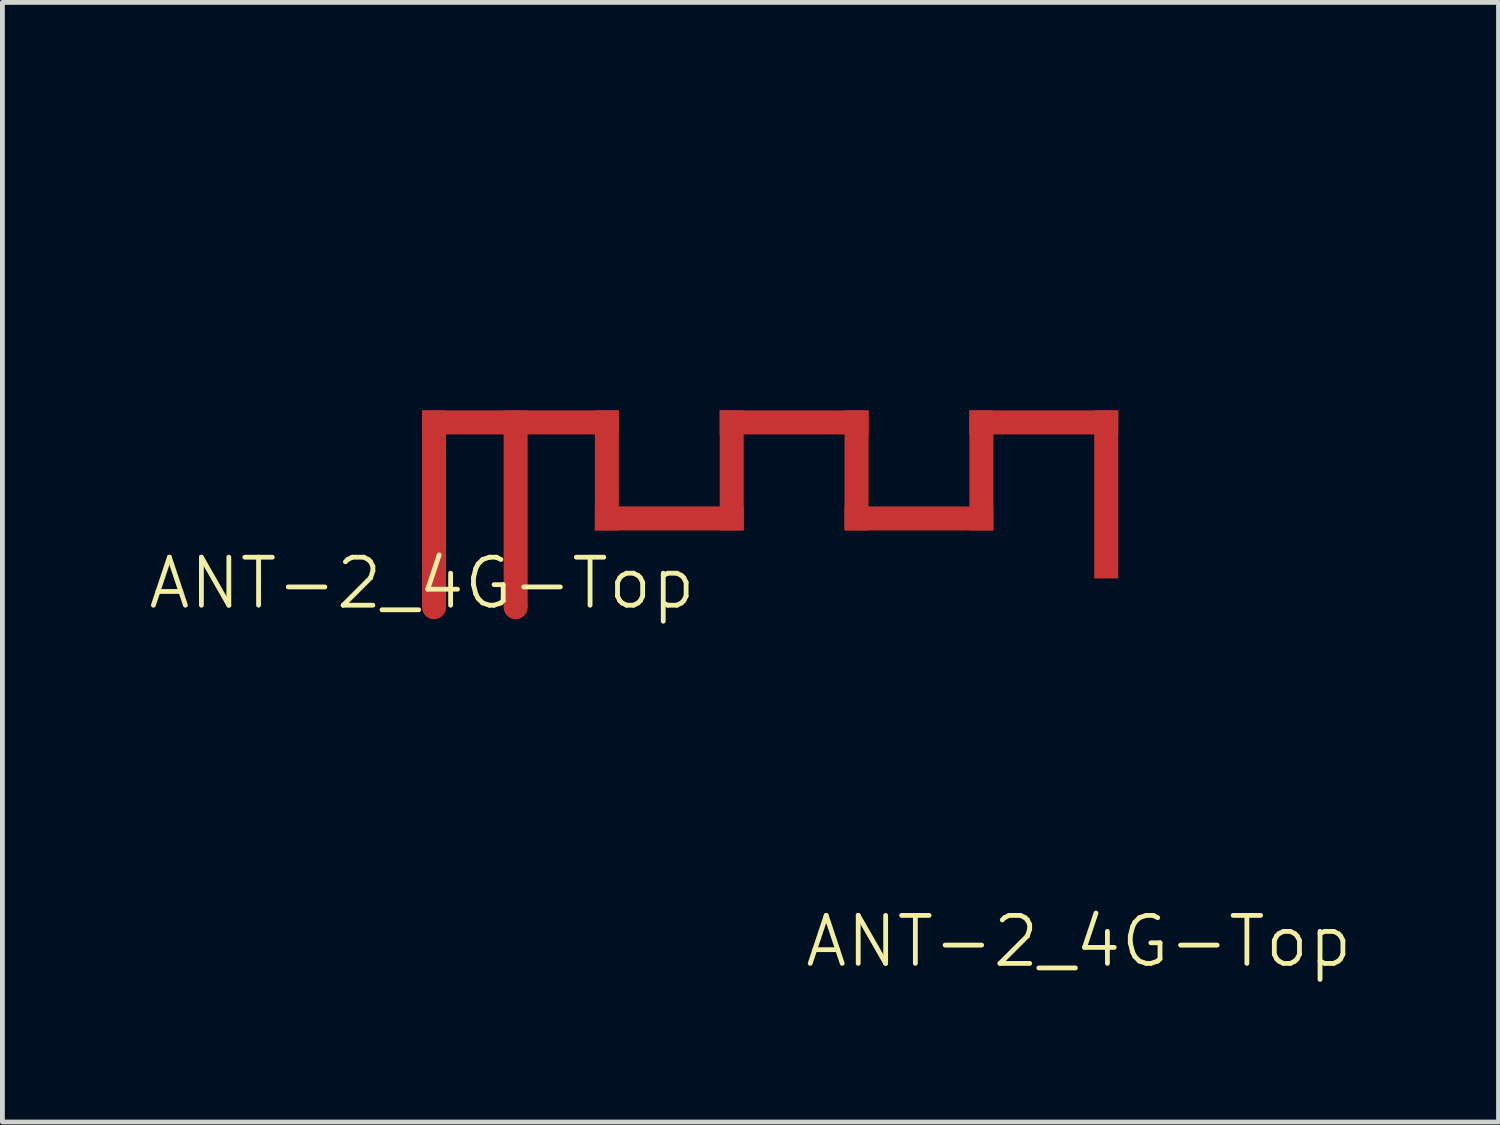
<source format=kicad_pcb>
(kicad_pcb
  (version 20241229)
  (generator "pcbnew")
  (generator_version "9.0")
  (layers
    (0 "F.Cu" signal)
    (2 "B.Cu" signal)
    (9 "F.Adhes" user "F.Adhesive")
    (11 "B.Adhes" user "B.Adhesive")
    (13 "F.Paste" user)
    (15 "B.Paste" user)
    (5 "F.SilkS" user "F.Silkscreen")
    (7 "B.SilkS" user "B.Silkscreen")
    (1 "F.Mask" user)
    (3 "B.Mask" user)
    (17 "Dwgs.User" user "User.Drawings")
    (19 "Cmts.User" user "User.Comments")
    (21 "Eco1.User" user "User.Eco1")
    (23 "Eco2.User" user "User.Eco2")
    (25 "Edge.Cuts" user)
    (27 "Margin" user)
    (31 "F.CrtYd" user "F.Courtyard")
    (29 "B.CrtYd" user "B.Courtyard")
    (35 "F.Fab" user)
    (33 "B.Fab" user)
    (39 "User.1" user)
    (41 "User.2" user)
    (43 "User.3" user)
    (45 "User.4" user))
  (footprint "ANT-2_4G-Top"
    (layer "F.Cu")
    (at 5.74 9.598)
    (property "Reference" "ANT-2_4G-Top" (at 0 -0.5 0) (unlocked yes) (layer "F.SilkS") (effects (font (size 1 1) (thickness 0.1))))
    (attr through_hole)
    (fp_text user "${REFERENCE}" (at 13.68 6.96 0) (unlocked yes) (layer "F.SilkS") (effects (font (size 1 1) (thickness 0.1))))
    (dimension (type orthogonal) (layer "User.2") (pts (xy 12.44 5.998) (xy 14.54 6.018)) (height 3.98) (orientation 0) (format (prefix "") (suffix "") (units 3) (units_format 0) (precision 4) (suppress_zeroes yes)) (style (thickness 0.1) (arrow_length 1.27) (text_position_mode 0) (arrow_direction inward) (extension_height 0.586) (extension_offset 0.5) (keep_text_aligned yes)) (gr_text "2.1" (at 13.49 8.828 0) (layer "User.2") (effects (font (size 1 1) (thickness 0.15)))))
    (dimension (type orthogonal) (layer "User.2") (pts (xy 20.24 5.498) (xy 20.24 8.998)) (height 1.92) (orientation 1) (format (prefix "") (suffix "") (units 3) (units_format 0) (precision 4) (suppress_zeroes yes)) (style (thickness 0.1) (arrow_length 1.27) (text_position_mode 0) (arrow_direction outward) (extension_height 0.586) (extension_offset 0.5) (keep_text_aligned yes)) (gr_text "3.5" (at 21.01 7.248 90) (layer "User.2") (effects (font (size 1 1) (thickness 0.15)))))
    (dimension (type orthogonal) (layer "User.2") (pts (xy 15.04 5.498) (xy 15.04 7.998)) (height 1.6) (orientation 1) (format (prefix "") (suffix "") (units 3) (units_format 0) (precision 4) (suppress_zeroes yes)) (style (thickness 0.1) (arrow_length 1.27) (text_position_mode 0) (arrow_direction outward) (extension_height 0.586) (extension_offset 0.5) (keep_text_aligned yes)) (gr_text "2.5" (at 15.49 6.748 90) (layer "User.2") (effects (font (size 1 1) (thickness 0.15)))))
    (dimension (type orthogonal) (layer "User.2") (pts (xy 17.14 5.498) (xy 20.24 5.498)) (height -0.64) (orientation 0) (format (prefix "") (suffix "") (units 3) (units_format 0) (precision 4) (suppress_zeroes yes)) (style (thickness 0.1) (arrow_length 1.27) (text_position_mode 0) (arrow_direction outward) (extension_height 0.586) (extension_offset 0.5) (keep_text_aligned yes)) (gr_text "3.1" (at 18.69 3.708 0) (layer "User.2") (effects (font (size 1 1) (thickness 0.15)))))
    (dimension (type orthogonal) (layer "User.2") (pts (xy 5.74 5.498) (xy 9.84 5.498)) (height -3.5) (orientation 0) (format (prefix "") (suffix "") (units 3) (units_format 0) (precision 4) (suppress_zeroes yes)) (style (thickness 0.1) (arrow_length 1.27) (text_position_mode 0) (arrow_direction outward) (extension_height 0.586) (extension_offset 0.5) (keep_text_aligned yes)) (gr_text "4.1" (at 7.79 0.848 0) (layer "User.2") (effects (font (size 1 1) (thickness 0.15)))))
    (dimension (type orthogonal) (layer "User.2") (pts (xy 6.24 5.998) (xy 7.44 6.018)) (height -1.49) (orientation 0) (format (prefix "") (suffix "") (units 3) (units_format 0) (precision 4) (suppress_zeroes yes)) (style (thickness 0.1) (arrow_length 1.27) (text_position_mode 0) (arrow_direction inward) (extension_height 0.586) (extension_offset 0.5) (keep_text_aligned yes)) (gr_text "1.2" (at 6.84 3.358 0) (layer "User.2") (effects (font (size 1 1) (thickness 0.15)))))
    (dimension (type orthogonal) (layer "User.2") (pts (xy 5.74 5.498) (xy 5.74 9.598)) (height -2.89) (orientation 1) (format (prefix "") (suffix "") (units 3) (units_format 0) (precision 4) (suppress_zeroes yes)) (style (thickness 0.1) (arrow_length 1.27) (text_position_mode 0) (arrow_direction outward) (extension_height 0.586) (extension_offset 0.5) (keep_text_aligned yes)) (gr_text "4.1" (at 1.7 7.548 90) (layer "User.2") (effects (font (size 1 1) (thickness 0.15)))))
    (dimension (type orthogonal) (layer "User.2") (pts (xy 7.94 5.998) (xy 9.34 5.998)) (height 5.93) (orientation 0) (format (prefix "") (suffix "") (units 3) (units_format 0) (precision 4) (suppress_zeroes yes)) (style (thickness 0.1) (arrow_length 1.27) (text_position_mode 0) (arrow_direction inward) (extension_height 0.586) (extension_offset 0.5) (keep_text_aligned yes)) (gr_text "1.4" (at 8.64 10.778 0) (layer "User.2") (effects (font (size 1 1) (thickness 0.15)))))
    (pad "" smd rect (at 0.25 -2.05) (size 0.5 4.1) (layers "F.Cu"))
    (pad "" smd rect (at 1.95 -2.05) (size 0.5 4.1) (layers "F.Cu"))
    (pad "" smd rect (at 2.05 -3.85) (size 4.1 0.5) (layers "F.Cu"))
    (pad "" smd rect (at 3.85 -2.85) (size 0.5 2.5) (layers "F.Cu"))
    (pad "" smd rect (at 5.15 -1.85) (size 3.1 0.5) (layers "F.Cu"))
    (pad "" smd rect (at 6.45 -2.85) (size 0.5 2.5) (layers "F.Cu"))
    (pad "" smd rect (at 7.75 -3.85) (size 3.1 0.5) (layers "F.Cu"))
    (pad "" smd rect (at 9.05 -2.85) (size 0.5 2.5) (layers "F.Cu"))
    (pad "" smd rect (at 10.35 -1.85) (size 3.1 0.5) (layers "F.Cu"))
    (pad "" smd rect (at 11.65 -2.85) (size 0.5 2.5) (layers "F.Cu"))
    (pad "" smd rect (at 12.95 -3.85) (size 3.1 0.5) (layers "F.Cu"))
    (pad "" smd rect (at 14.25 -2.35) (size 0.5 3.5) (layers "F.Cu"))
    (pad "1" smd circle (at 1.95 0) (size 0.5 0.5) (property pad_prop_heatsink) (layers "F.Cu"))
    (pad "2" smd circle (at 0.25 0) (size 0.5 0.5) (property pad_prop_heatsink) (layers "F.Cu"))
    (zone (net_name "") (layers "F.Cu" "B.Cu") (name "ANT") (hatch edge 0.5) (connect_pads) (min_thickness 0.25) (filled_areas_thickness no) (keepout (tracks not_allowed) (vias not_allowed) (pads not_allowed) (copperpour not_allowed) (footprints not_allowed)) (placement (enabled no)) (fill) (polygon (pts (xy 5.29 5.098) (xy 5.29 9.598) (xy 20.69 9.598) (xy 20.69 5.098)))))
  (gr_rect
    (start -3 -3)
    (end 28.161 20.319)
    (stroke (width 0.1) (type default))
    (fill no)
    (layer "Edge.Cuts")))
</source>
